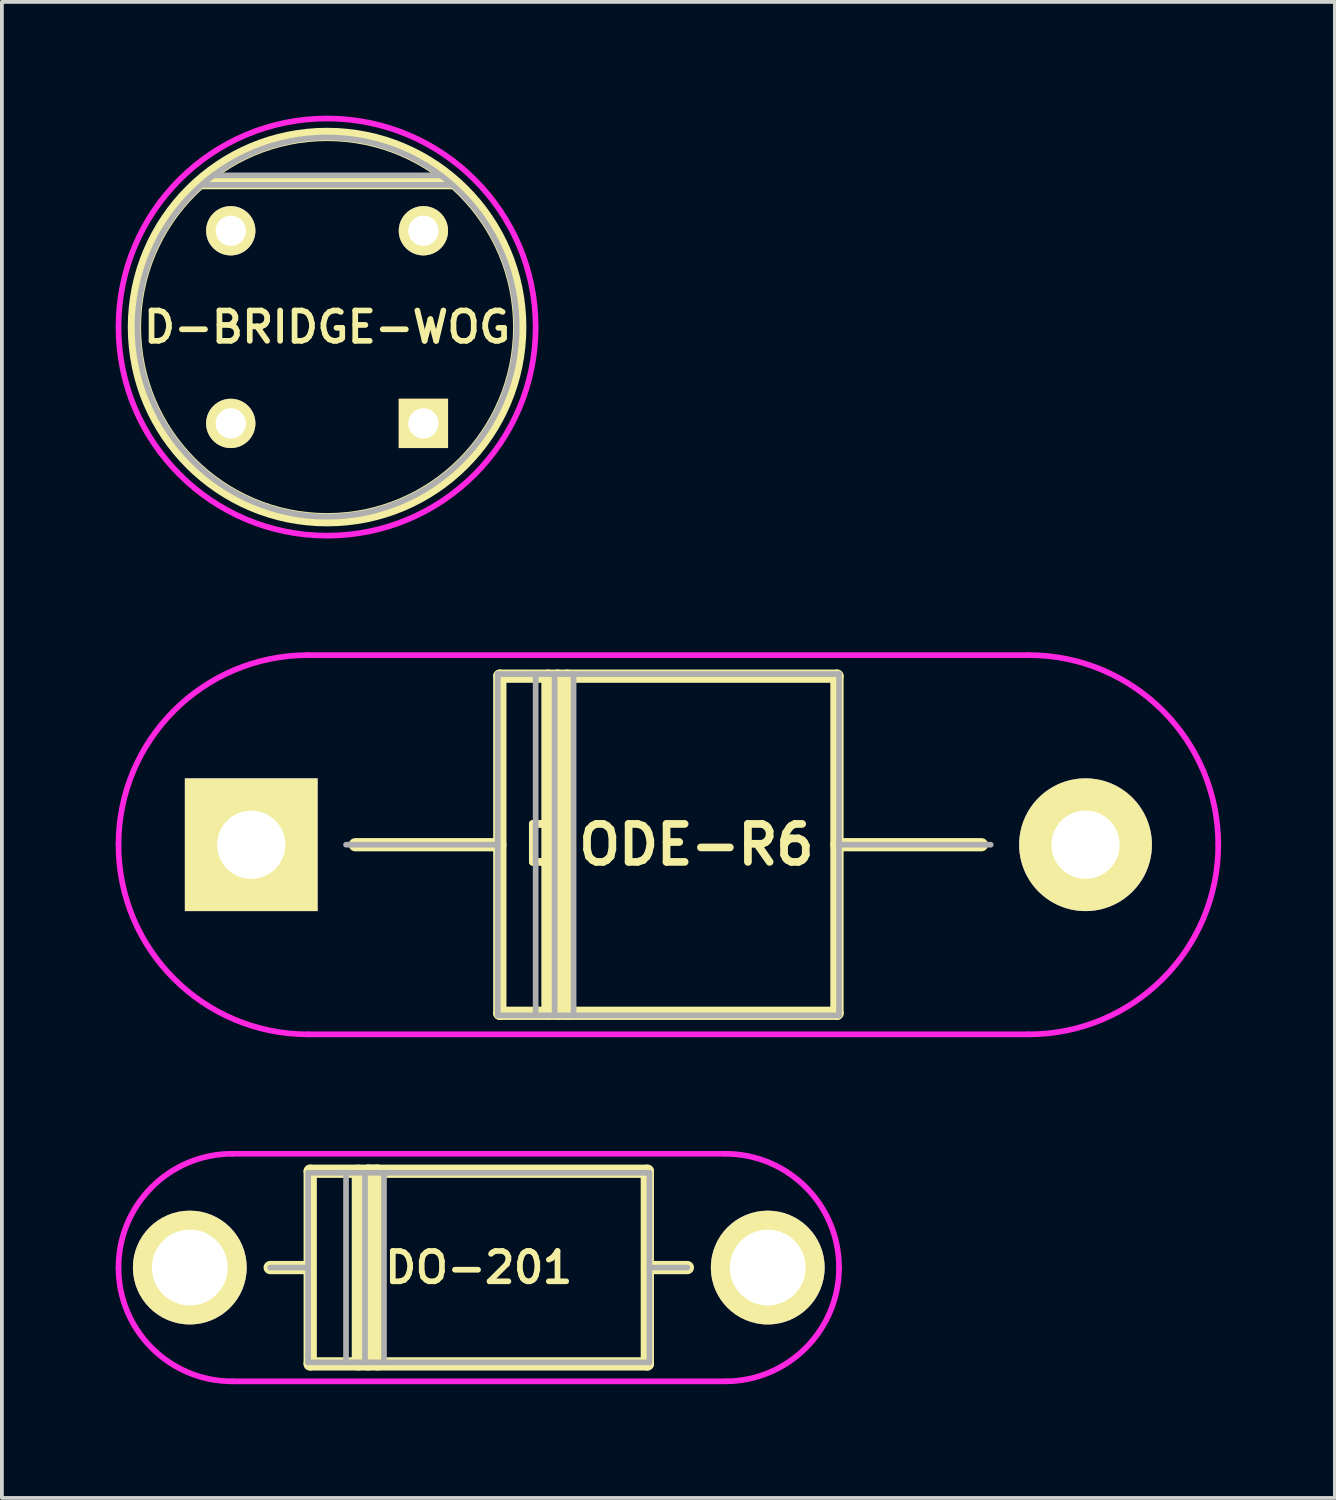
<source format=kicad_pcb>
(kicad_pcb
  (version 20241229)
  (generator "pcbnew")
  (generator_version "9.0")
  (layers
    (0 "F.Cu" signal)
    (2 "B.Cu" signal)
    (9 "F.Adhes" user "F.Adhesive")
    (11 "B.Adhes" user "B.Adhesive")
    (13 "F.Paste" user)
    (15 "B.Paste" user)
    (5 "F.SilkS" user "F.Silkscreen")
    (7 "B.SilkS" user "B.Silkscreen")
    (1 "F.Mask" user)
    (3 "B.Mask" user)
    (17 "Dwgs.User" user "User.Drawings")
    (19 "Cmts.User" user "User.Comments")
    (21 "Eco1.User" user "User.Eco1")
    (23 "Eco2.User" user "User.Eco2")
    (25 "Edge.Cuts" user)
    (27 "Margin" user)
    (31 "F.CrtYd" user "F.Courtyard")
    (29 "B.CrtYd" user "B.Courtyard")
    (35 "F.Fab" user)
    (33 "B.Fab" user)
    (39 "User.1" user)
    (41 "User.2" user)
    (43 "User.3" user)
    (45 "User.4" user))
  (footprint "D-BRIDGE-WOG"
    (layer "F.Cu")
    (at 5.575 5.575)
    (property "Reference" "D-BRIDGE-WOG" (at 0 0 0) (layer "F.SilkS") (effects (font (size 0.8 0.8) (thickness 0.15))))
    (attr through_hole)
    (fp_line (start -3.302 -3.81) (end 3.302 -3.81) (stroke (width 0.35) (type solid)) (layer "F.SilkS"))
    (fp_circle (center 0 0) (end 0 -5.08) (stroke (width 0.35) (type solid)) (fill no) (layer "F.SilkS"))
    (fp_circle (center 0 0) (end 5.5 0) (stroke (width 0.15) (type solid)) (fill no) (layer "F.CrtYd"))
    (fp_line (start -3 -4) (end 3 -4) (stroke (width 0.15) (type solid)) (layer "F.Fab"))
    (fp_line (start 3.25 -3.75) (end -3.25 -3.75) (stroke (width 0.15) (type solid)) (layer "F.Fab"))
    (fp_circle (center 0 0) (end 5 0) (stroke (width 0.15) (type solid)) (fill no) (layer "F.Fab"))
    (pad "1" thru_hole rect (at 2.54 2.54) (size 1.3 1.3) (drill 0.8) (layers "*.Cu" "*.Mask" "F.SilkS"))
    (pad "2" thru_hole circle (at -2.54 2.54) (size 1.3 1.3) (drill 0.8) (layers "*.Cu" "*.Mask" "F.SilkS"))
    (pad "3" thru_hole circle (at 2.54 -2.54) (size 1.3 1.3) (drill 0.8) (layers "*.Cu" "*.Mask" "F.SilkS"))
    (pad "4" thru_hole circle (at -2.54 -2.54) (size 1.3 1.3) (drill 0.8) (layers "*.Cu" "*.Mask" "F.SilkS")))
  (footprint "DIODE-R6"
    (layer "F.Cu")
    (at 14.575 19.225)
    (property "Reference" "DIODE-R6" (at 0 0 0) (layer "F.SilkS") (effects (font (size 1.001 1.001) (thickness 0.203))))
    (attr through_hole)
    (fp_line (start -4.445 -4.445) (end 4.445 -4.445) (stroke (width 0.35) (type solid)) (layer "F.SilkS"))
    (fp_line (start -4.445 0) (end -8.255 0) (stroke (width 0.35) (type solid)) (layer "F.SilkS"))
    (fp_line (start -4.445 4.445) (end -4.445 -4.445) (stroke (width 0.35) (type solid)) (layer "F.SilkS"))
    (fp_line (start -3.175 4.445) (end -3.175 -4.445) (stroke (width 0.35) (type solid)) (layer "F.SilkS"))
    (fp_line (start -2.921 -4.445) (end -2.921 4.445) (stroke (width 0.35) (type solid)) (layer "F.SilkS"))
    (fp_line (start -2.667 4.445) (end -2.667 -4.445) (stroke (width 0.35) (type solid)) (layer "F.SilkS"))
    (fp_line (start 4.445 -4.445) (end 4.445 4.445) (stroke (width 0.35) (type solid)) (layer "F.SilkS"))
    (fp_line (start 4.445 4.445) (end -4.445 4.445) (stroke (width 0.35) (type solid)) (layer "F.SilkS"))
    (fp_line (start 8.255 0) (end 4.445 0) (stroke (width 0.35) (type solid)) (layer "F.SilkS"))
    (fp_line (start -9.5 5) (end 9.5 5) (stroke (width 0.15) (type solid)) (layer "F.CrtYd"))
    (fp_line (start 9.5 -5) (end -9.5 -5) (stroke (width 0.15) (type solid)) (layer "F.CrtYd"))
    (fp_arc (start -14.5 0) (mid -13.035534 -3.535534) (end -9.5 -5) (stroke (width 0.15) (type solid)) (layer "F.CrtYd"))
    (fp_arc (start -9.5 5) (mid -13.035534 3.535534) (end -14.5 0) (stroke (width 0.15) (type solid)) (layer "F.CrtYd"))
    (fp_arc (start 9.5 -5) (mid 13.035534 -3.535534) (end 14.5 0) (stroke (width 0.15) (type solid)) (layer "F.CrtYd"))
    (fp_arc (start 14.5 0) (mid 13.035534 3.535534) (end 9.5 5) (stroke (width 0.15) (type solid)) (layer "F.CrtYd"))
    (fp_line (start -4.5 -4.5) (end 4.5 -4.5) (stroke (width 0.15) (type solid)) (layer "F.Fab"))
    (fp_line (start -4.5 0) (end -8.5 0) (stroke (width 0.15) (type solid)) (layer "F.Fab"))
    (fp_line (start -4.5 4.5) (end -4.5 -4.5) (stroke (width 0.15) (type solid)) (layer "F.Fab"))
    (fp_line (start -3.5 -4.5) (end -3.5 4.5) (stroke (width 0.15) (type solid)) (layer "F.Fab"))
    (fp_line (start -3 -4.5) (end -3 4.5) (stroke (width 0.15) (type solid)) (layer "F.Fab"))
    (fp_line (start -2.5 4.5) (end -2.5 -4.5) (stroke (width 0.15) (type solid)) (layer "F.Fab"))
    (fp_line (start 4.5 -4.5) (end 4.5 4.5) (stroke (width 0.15) (type solid)) (layer "F.Fab"))
    (fp_line (start 4.5 0) (end 8.5 0) (stroke (width 0.15) (type solid)) (layer "F.Fab"))
    (fp_line (start 4.5 4.5) (end -4.5 4.5) (stroke (width 0.15) (type solid)) (layer "F.Fab"))
    (pad "1" thru_hole rect (at -11 0) (size 3.5 3.5) (drill 1.8) (layers "*.Cu" "*.Mask" "F.SilkS"))
    (pad "2" thru_hole circle (at 11 0) (size 3.5 3.5) (drill 1.8) (layers "*.Cu" "*.Mask" "F.SilkS")))
  (footprint "DO-201"
    (layer "F.Cu")
    (at 9.575 30.375)
    (property "Reference" "DO-201" (at 0 0 0) (layer "F.SilkS") (effects (font (size 0.8 0.8) (thickness 0.15))))
    (attr through_hole)
    (fp_line (start -4.5 0) (end -5.5 0) (stroke (width 0.35) (type solid)) (layer "F.SilkS"))
    (fp_line (start -4.445 -2.54) (end 4.445 -2.54) (stroke (width 0.35) (type solid)) (layer "F.SilkS"))
    (fp_line (start -4.445 2.54) (end -4.445 -2.54) (stroke (width 0.35) (type solid)) (layer "F.SilkS"))
    (fp_line (start -3.175 -2.54) (end -3.175 2.54) (stroke (width 0.35) (type solid)) (layer "F.SilkS"))
    (fp_line (start -2.921 -2.54) (end -2.667 -2.54) (stroke (width 0.35) (type solid)) (layer "F.SilkS"))
    (fp_line (start -2.921 2.54) (end -2.921 -2.54) (stroke (width 0.35) (type solid)) (layer "F.SilkS"))
    (fp_line (start -2.667 -2.54) (end -2.667 2.54) (stroke (width 0.35) (type solid)) (layer "F.SilkS"))
    (fp_line (start 4.445 -2.54) (end 4.445 2.54) (stroke (width 0.35) (type solid)) (layer "F.SilkS"))
    (fp_line (start 4.445 2.54) (end -4.445 2.54) (stroke (width 0.35) (type solid)) (layer "F.SilkS"))
    (fp_line (start 4.5 0) (end 5.5 0) (stroke (width 0.35) (type solid)) (layer "F.SilkS"))
    (fp_line (start -6.5 3) (end 6.5 3) (stroke (width 0.15) (type solid)) (layer "F.CrtYd"))
    (fp_line (start 6.5 -3) (end -6.5 -3) (stroke (width 0.15) (type solid)) (layer "F.CrtYd"))
    (fp_arc (start -9.5 0) (mid -8.62132 -2.12132) (end -6.5 -3) (stroke (width 0.15) (type solid)) (layer "F.CrtYd"))
    (fp_arc (start -6.5 3) (mid -8.62132 2.12132) (end -9.5 0) (stroke (width 0.15) (type solid)) (layer "F.CrtYd"))
    (fp_arc (start 6.5 -3) (mid 8.62132 -2.12132) (end 9.5 0) (stroke (width 0.15) (type solid)) (layer "F.CrtYd"))
    (fp_arc (start 9.5 0) (mid 8.62132 2.12132) (end 6.5 3) (stroke (width 0.15) (type solid)) (layer "F.CrtYd"))
    (fp_line (start -4.5 -2.5) (end 4.5 -2.5) (stroke (width 0.15) (type solid)) (layer "F.Fab"))
    (fp_line (start -4.5 0) (end -5.5 0) (stroke (width 0.15) (type solid)) (layer "F.Fab"))
    (fp_line (start -4.5 2.5) (end -4.5 -2.5) (stroke (width 0.15) (type solid)) (layer "F.Fab"))
    (fp_line (start -3.5 -2.5) (end -3.5 2.5) (stroke (width 0.15) (type solid)) (layer "F.Fab"))
    (fp_line (start -3 2.5) (end -3 -2.5) (stroke (width 0.15) (type solid)) (layer "F.Fab"))
    (fp_line (start -2.5 -2.5) (end -2.5 2.5) (stroke (width 0.15) (type solid)) (layer "F.Fab"))
    (fp_line (start 4.5 -2.5) (end 4.5 2.5) (stroke (width 0.15) (type solid)) (layer "F.Fab"))
    (fp_line (start 4.5 0) (end 5.5 0) (stroke (width 0.15) (type solid)) (layer "F.Fab"))
    (fp_line (start 4.5 2.5) (end -4.5 2.5) (stroke (width 0.15) (type solid)) (layer "F.Fab"))
    (pad "1" thru_hole circle (at -7.62 0 180) (size 3 3) (drill 2) (layers "*.Cu" "*.Mask" "F.SilkS"))
    (pad "2" thru_hole circle (at 7.62 0 180) (size 3 3) (drill 2) (layers "*.Cu" "*.Mask" "F.SilkS")))
  (gr_rect
    (start -3 -3)
    (end 32.15 36.45)
    (stroke (width 0.1) (type default))
    (fill no)
    (layer "Edge.Cuts")))
</source>
